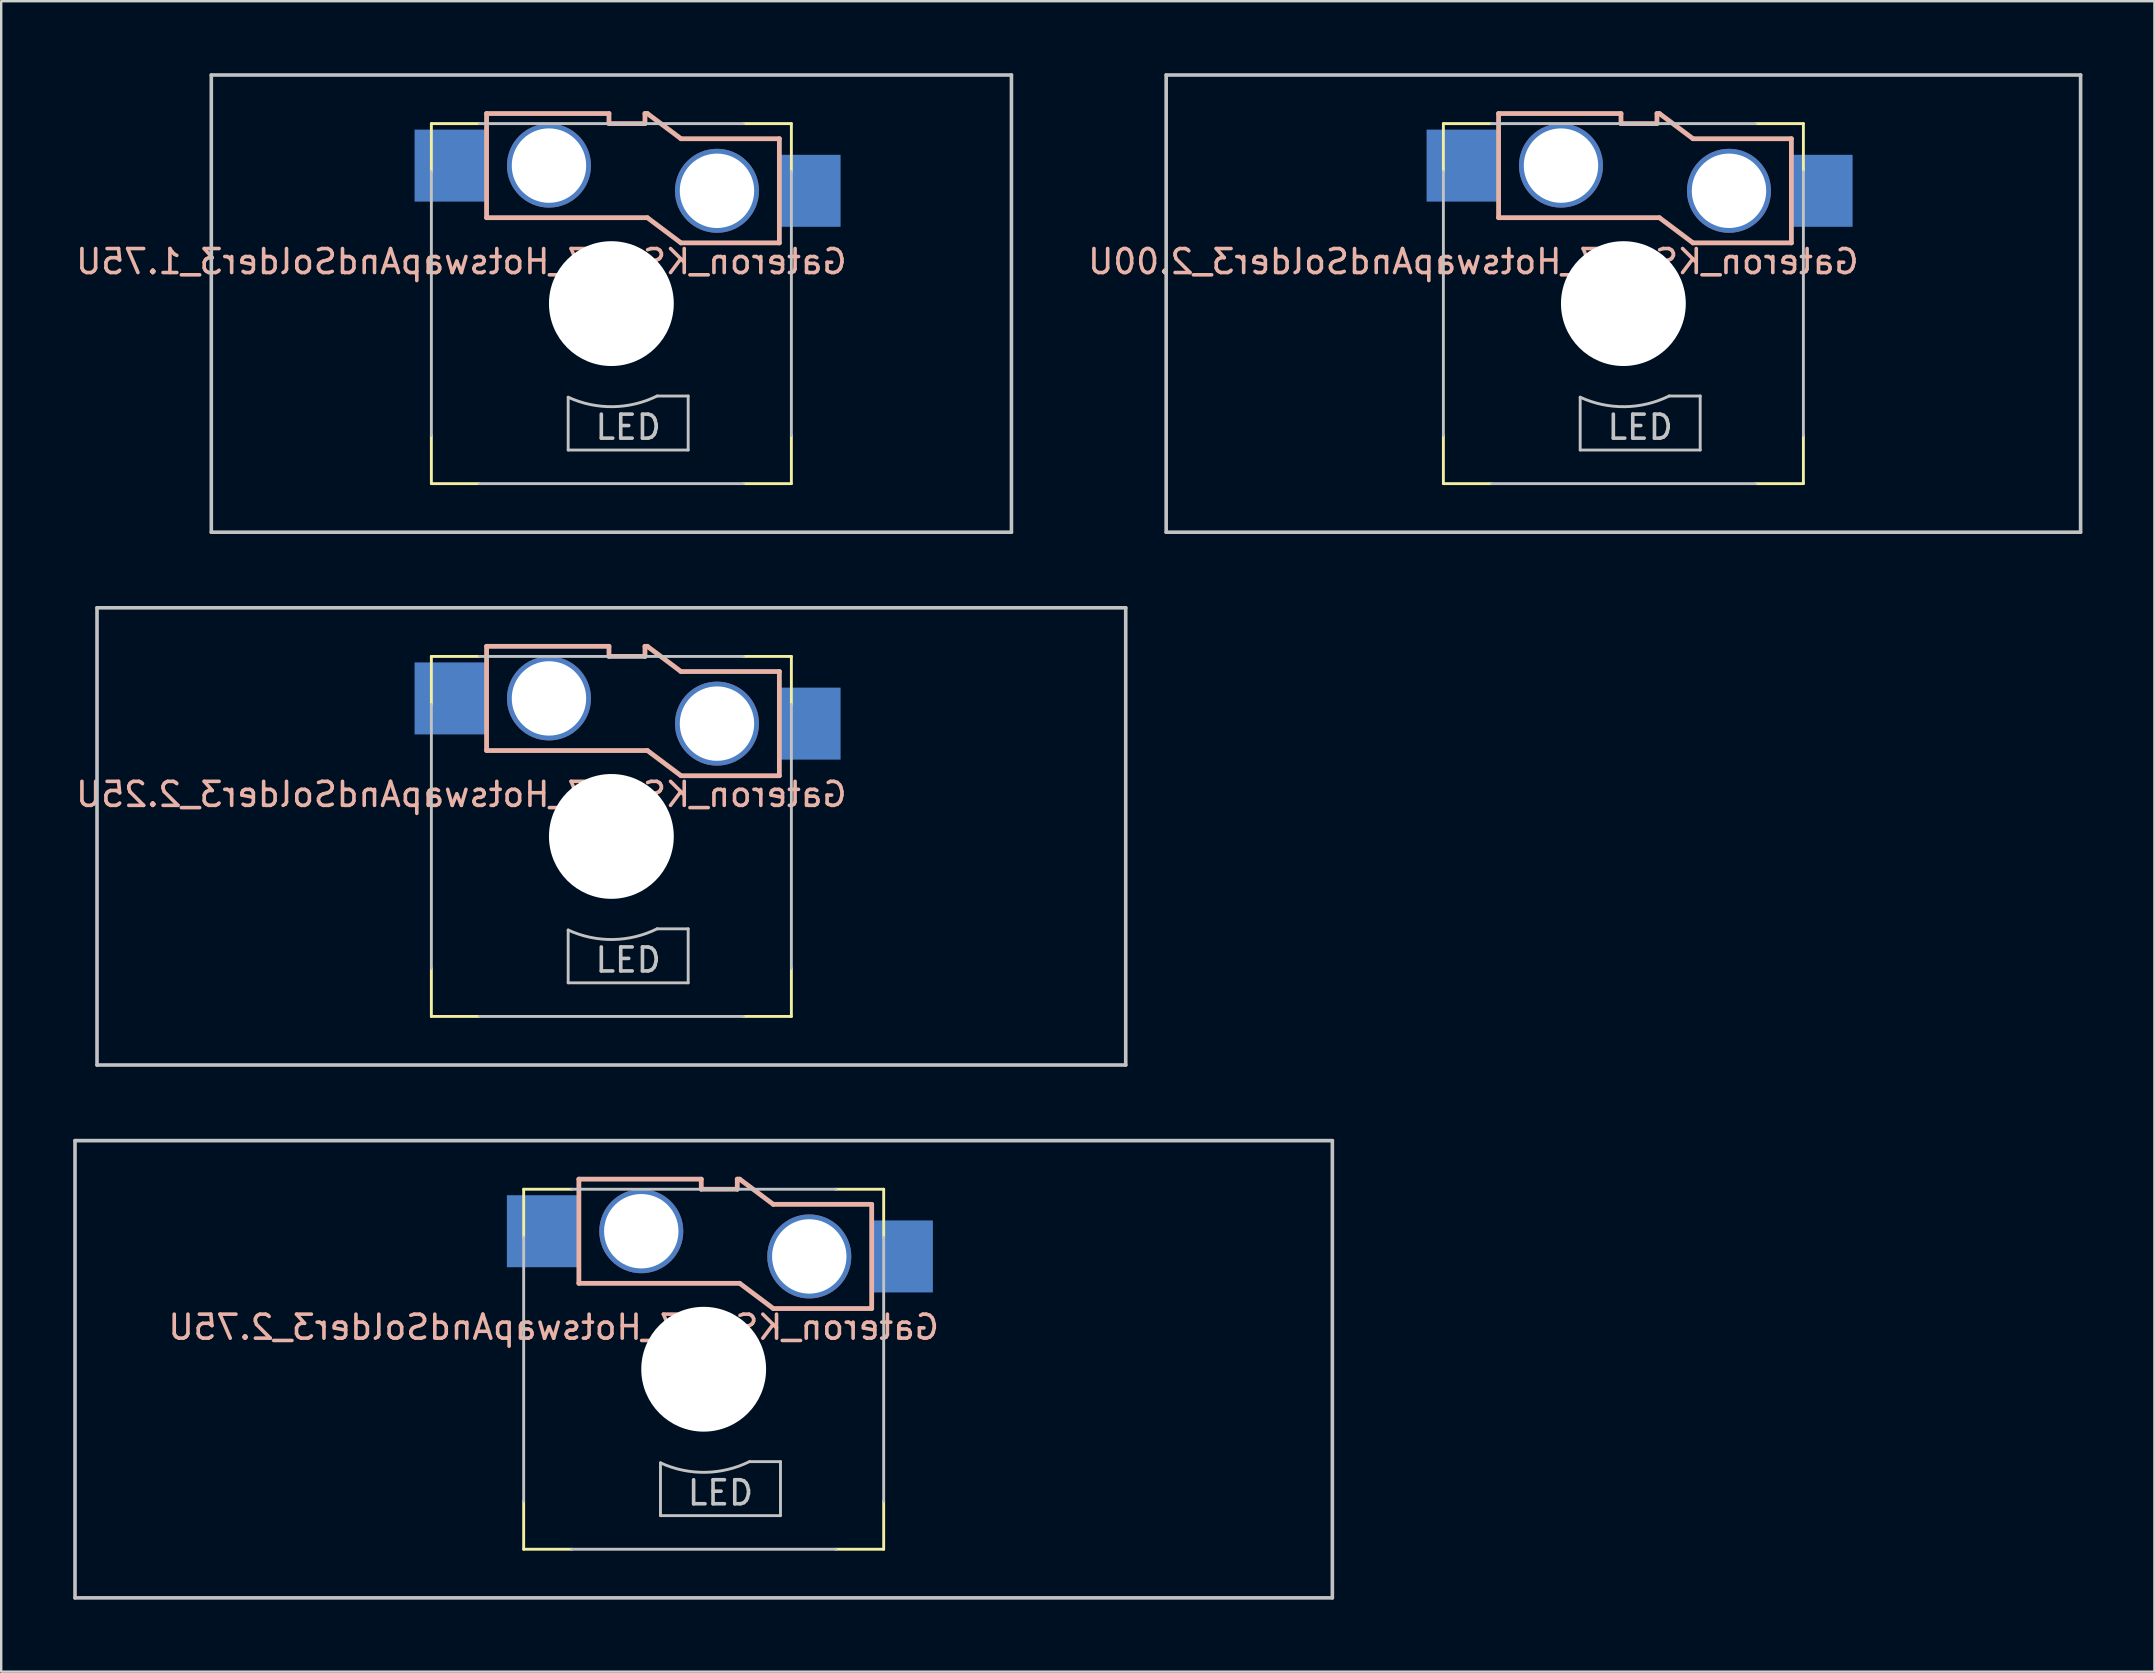
<source format=kicad_pcb>
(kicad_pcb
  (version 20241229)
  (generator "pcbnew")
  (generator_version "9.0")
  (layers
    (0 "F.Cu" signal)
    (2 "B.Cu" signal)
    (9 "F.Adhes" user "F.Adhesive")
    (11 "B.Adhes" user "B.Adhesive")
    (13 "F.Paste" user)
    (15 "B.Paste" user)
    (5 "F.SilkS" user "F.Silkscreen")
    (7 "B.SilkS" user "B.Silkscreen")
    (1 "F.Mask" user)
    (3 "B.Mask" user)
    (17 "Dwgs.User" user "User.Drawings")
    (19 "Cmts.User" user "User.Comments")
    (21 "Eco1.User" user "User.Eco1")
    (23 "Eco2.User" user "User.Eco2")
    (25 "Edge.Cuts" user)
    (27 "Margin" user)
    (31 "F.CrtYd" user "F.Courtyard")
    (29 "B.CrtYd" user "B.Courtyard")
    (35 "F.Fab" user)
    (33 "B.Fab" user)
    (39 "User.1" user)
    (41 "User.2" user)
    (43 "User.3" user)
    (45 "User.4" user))
  (footprint "Gateron_KS-27_HotswapAndSolder3_2.75U"
    (layer "F.Cu")
    (at 26.269 54)
    (property "Reference" "Gateron_KS-27_HotswapAndSolder3_2.75U" (at -6.25 -1.75 0) (layer "B.SilkS") (effects (font (size 1 1) (thickness 0.15)) (justify mirror)))
    (attr through_hole)
    (fp_line (start -7.5 -7.5) (end -7.5 -5.5) (stroke (width 0.12) (type solid)) (layer "F.SilkS"))
    (fp_line (start -7.5 -7.5) (end -5.5 -7.5) (stroke (width 0.12) (type solid)) (layer "F.SilkS"))
    (fp_line (start -7.5 7.5) (end -7.5 5.5) (stroke (width 0.12) (type solid)) (layer "F.SilkS"))
    (fp_line (start -7.5 7.5) (end -5.5 7.5) (stroke (width 0.12) (type solid)) (layer "F.SilkS"))
    (fp_line (start 7.5 -7.5) (end 5.5 -7.5) (stroke (width 0.12) (type solid)) (layer "F.SilkS"))
    (fp_line (start 7.5 -7.5) (end 7.5 -5.5) (stroke (width 0.12) (type solid)) (layer "F.SilkS"))
    (fp_line (start 7.5 7.5) (end 5.5 7.5) (stroke (width 0.12) (type solid)) (layer "F.SilkS"))
    (fp_line (start 7.5 7.5) (end 7.5 5.5) (stroke (width 0.12) (type solid)) (layer "F.SilkS"))
    (fp_line (start -5.2 -7.92) (end -0.1 -7.92) (stroke (width 0.2) (type solid)) (layer "B.SilkS"))
    (fp_line (start -5.2 -3.58) (end -5.2 -7.92) (stroke (width 0.2) (type solid)) (layer "B.SilkS"))
    (fp_line (start -5.2 -3.58) (end 1.5 -3.58) (stroke (width 0.2) (type solid)) (layer "B.SilkS"))
    (fp_line (start -0.1 -7.5) (end -0.1 -7.92) (stroke (width 0.2) (type solid)) (layer "B.SilkS"))
    (fp_line (start -0.1 -7.5) (end 1.4 -7.5) (stroke (width 0.2) (type solid)) (layer "B.SilkS"))
    (fp_line (start 1.4 -7.5) (end 1.4 -7.92) (stroke (width 0.2) (type solid)) (layer "B.SilkS"))
    (fp_line (start 1.5 -7.92) (end 1.4 -7.92) (stroke (width 0.2) (type solid)) (layer "B.SilkS"))
    (fp_line (start 1.5 -7.92) (end 2.9 -6.87) (stroke (width 0.2) (type solid)) (layer "B.SilkS"))
    (fp_line (start 1.5 -3.58) (end 2.9 -2.53) (stroke (width 0.2) (type solid)) (layer "B.SilkS"))
    (fp_line (start 2.9 -6.87) (end 7 -6.87) (stroke (width 0.2) (type solid)) (layer "B.SilkS"))
    (fp_line (start 2.9 -2.53) (end 7 -2.53) (stroke (width 0.2) (type solid)) (layer "B.SilkS"))
    (fp_line (start 7 -6.87) (end 7 -2.53) (stroke (width 0.2) (type solid)) (layer "B.SilkS"))
    (fp_line (start -26.194 -9.525) (end 26.194 -9.525) (stroke (width 0.15) (type solid)) (layer "Dwgs.User"))
    (fp_line (start -26.194 9.525) (end -26.194 -9.525) (stroke (width 0.15) (type solid)) (layer "Dwgs.User"))
    (fp_line (start -7.5 -5.5) (end -7.5 5.5) (stroke (width 0.12) (type solid)) (layer "Dwgs.User"))
    (fp_line (start -5.5 -7.5) (end 5.5 -7.5) (stroke (width 0.12) (type solid)) (layer "Dwgs.User"))
    (fp_line (start -1.8 3.9) (end -1.8 6.1) (stroke (width 0.12) (type solid)) (layer "Dwgs.User"))
    (fp_line (start -1.8 6.1) (end 3.2 6.1) (stroke (width 0.12) (type solid)) (layer "Dwgs.User"))
    (fp_line (start 1.91 3.85) (end 3.2 3.85) (stroke (width 0.12) (type solid)) (layer "Dwgs.User"))
    (fp_line (start 3.2 3.85) (end 3.2 6.1) (stroke (width 0.12) (type solid)) (layer "Dwgs.User"))
    (fp_line (start 5.5 7.5) (end -5.5 7.5) (stroke (width 0.12) (type solid)) (layer "Dwgs.User"))
    (fp_line (start 7.5 5.5) (end 7.5 -5.5) (stroke (width 0.12) (type solid)) (layer "Dwgs.User"))
    (fp_line (start 26.194 -9.525) (end 26.194 9.525) (stroke (width 0.15) (type solid)) (layer "Dwgs.User"))
    (fp_line (start 26.194 9.525) (end -26.194 9.525) (stroke (width 0.15) (type solid)) (layer "Dwgs.User"))
    (fp_arc (start 1.910873 3.846889) (mid 0.061469 4.294905) (end -1.799999 3.899999) (stroke (width 0.12) (type solid)) (layer "Dwgs.User"))
    (fp_text user "LED" (at 0.7 5.15 0) (layer "Dwgs.User") (effects (font (size 1 1) (thickness 0.15))))
    (pad "" np_thru_hole circle (at 0 0 90) (size 5.2 5.2) (drill 5.2) (layers "*.Cu" "*.Mask"))
    (pad "1" smd rect (at -6.7 -5.75) (size 3 3) (layers "B.Cu" "B.Mask" "B.Paste"))
    (pad "1" thru_hole circle (at -2.6 -5.75) (size 3.5 3.5) (drill 3.1) (layers "*.Cu" "*.Mask"))
    (pad "2" thru_hole circle (at 4.4 -4.7) (size 3.5 3.5) (drill 3.1) (layers "*.Cu" "*.Mask"))
    (pad "2" smd rect (at 8.275 -4.7) (size 2.55 3) (layers "B.Cu" "B.Mask" "B.Paste")))
  (footprint "Gateron_KS-27_HotswapAndSolder3_2.00U"
    (layer "F.Cu")
    (at 64.589 9.6)
    (property "Reference" "Gateron_KS-27_HotswapAndSolder3_2.00U" (at -6.25 -1.75 0) (layer "B.SilkS") (effects (font (size 1 1) (thickness 0.15)) (justify mirror)))
    (attr through_hole)
    (fp_line (start -7.5 -7.5) (end -7.5 -5.5) (stroke (width 0.12) (type solid)) (layer "F.SilkS"))
    (fp_line (start -7.5 -7.5) (end -5.5 -7.5) (stroke (width 0.12) (type solid)) (layer "F.SilkS"))
    (fp_line (start -7.5 7.5) (end -7.5 5.5) (stroke (width 0.12) (type solid)) (layer "F.SilkS"))
    (fp_line (start -7.5 7.5) (end -5.5 7.5) (stroke (width 0.12) (type solid)) (layer "F.SilkS"))
    (fp_line (start 7.5 -7.5) (end 5.5 -7.5) (stroke (width 0.12) (type solid)) (layer "F.SilkS"))
    (fp_line (start 7.5 -7.5) (end 7.5 -5.5) (stroke (width 0.12) (type solid)) (layer "F.SilkS"))
    (fp_line (start 7.5 7.5) (end 5.5 7.5) (stroke (width 0.12) (type solid)) (layer "F.SilkS"))
    (fp_line (start 7.5 7.5) (end 7.5 5.5) (stroke (width 0.12) (type solid)) (layer "F.SilkS"))
    (fp_line (start -5.2 -7.92) (end -0.1 -7.92) (stroke (width 0.2) (type solid)) (layer "B.SilkS"))
    (fp_line (start -5.2 -3.58) (end -5.2 -7.92) (stroke (width 0.2) (type solid)) (layer "B.SilkS"))
    (fp_line (start -5.2 -3.58) (end 1.5 -3.58) (stroke (width 0.2) (type solid)) (layer "B.SilkS"))
    (fp_line (start -0.1 -7.5) (end -0.1 -7.92) (stroke (width 0.2) (type solid)) (layer "B.SilkS"))
    (fp_line (start -0.1 -7.5) (end 1.4 -7.5) (stroke (width 0.2) (type solid)) (layer "B.SilkS"))
    (fp_line (start 1.4 -7.5) (end 1.4 -7.92) (stroke (width 0.2) (type solid)) (layer "B.SilkS"))
    (fp_line (start 1.5 -7.92) (end 1.4 -7.92) (stroke (width 0.2) (type solid)) (layer "B.SilkS"))
    (fp_line (start 1.5 -7.92) (end 2.9 -6.87) (stroke (width 0.2) (type solid)) (layer "B.SilkS"))
    (fp_line (start 1.5 -3.58) (end 2.9 -2.53) (stroke (width 0.2) (type solid)) (layer "B.SilkS"))
    (fp_line (start 2.9 -6.87) (end 7 -6.87) (stroke (width 0.2) (type solid)) (layer "B.SilkS"))
    (fp_line (start 2.9 -2.53) (end 7 -2.53) (stroke (width 0.2) (type solid)) (layer "B.SilkS"))
    (fp_line (start 7 -6.87) (end 7 -2.53) (stroke (width 0.2) (type solid)) (layer "B.SilkS"))
    (fp_line (start -19.05 -9.525) (end 19.05 -9.525) (stroke (width 0.15) (type solid)) (layer "Dwgs.User"))
    (fp_line (start -19.05 9.525) (end -19.05 -9.525) (stroke (width 0.15) (type solid)) (layer "Dwgs.User"))
    (fp_line (start -7.5 -5.5) (end -7.5 5.5) (stroke (width 0.12) (type solid)) (layer "Dwgs.User"))
    (fp_line (start -5.5 -7.5) (end 5.5 -7.5) (stroke (width 0.12) (type solid)) (layer "Dwgs.User"))
    (fp_line (start -1.8 3.9) (end -1.8 6.1) (stroke (width 0.12) (type solid)) (layer "Dwgs.User"))
    (fp_line (start -1.8 6.1) (end 3.2 6.1) (stroke (width 0.12) (type solid)) (layer "Dwgs.User"))
    (fp_line (start 1.91 3.85) (end 3.2 3.85) (stroke (width 0.12) (type solid)) (layer "Dwgs.User"))
    (fp_line (start 3.2 3.85) (end 3.2 6.1) (stroke (width 0.12) (type solid)) (layer "Dwgs.User"))
    (fp_line (start 5.5 7.5) (end -5.5 7.5) (stroke (width 0.12) (type solid)) (layer "Dwgs.User"))
    (fp_line (start 7.5 5.5) (end 7.5 -5.5) (stroke (width 0.12) (type solid)) (layer "Dwgs.User"))
    (fp_line (start 19.05 -9.525) (end 19.05 9.525) (stroke (width 0.15) (type solid)) (layer "Dwgs.User"))
    (fp_line (start 19.05 9.525) (end -19.05 9.525) (stroke (width 0.15) (type solid)) (layer "Dwgs.User"))
    (fp_arc (start 1.910873 3.846889) (mid 0.061469 4.294905) (end -1.799999 3.899999) (stroke (width 0.12) (type solid)) (layer "Dwgs.User"))
    (fp_text user "LED" (at 0.7 5.15 0) (layer "Dwgs.User") (effects (font (size 1 1) (thickness 0.15))))
    (pad "" np_thru_hole circle (at 0 0 90) (size 5.2 5.2) (drill 5.2) (layers "*.Cu" "*.Mask"))
    (pad "1" smd rect (at -6.7 -5.75) (size 3 3) (layers "B.Cu" "B.Mask" "B.Paste"))
    (pad "1" thru_hole circle (at -2.6 -5.75) (size 3.5 3.5) (drill 3.1) (layers "*.Cu" "*.Mask"))
    (pad "2" thru_hole circle (at 4.4 -4.7) (size 3.5 3.5) (drill 3.1) (layers "*.Cu" "*.Mask"))
    (pad "2" smd rect (at 8.275 -4.7) (size 2.55 3) (layers "B.Cu" "B.Mask" "B.Paste")))
  (footprint "Gateron_KS-27_HotswapAndSolder3_2.25U"
    (layer "F.Cu")
    (at 22.423 31.8)
    (property "Reference" "Gateron_KS-27_HotswapAndSolder3_2.25U" (at -6.25 -1.75 0) (layer "B.SilkS") (effects (font (size 1 1) (thickness 0.15)) (justify mirror)))
    (attr through_hole)
    (fp_line (start -7.5 -7.5) (end -7.5 -5.5) (stroke (width 0.12) (type solid)) (layer "F.SilkS"))
    (fp_line (start -7.5 -7.5) (end -5.5 -7.5) (stroke (width 0.12) (type solid)) (layer "F.SilkS"))
    (fp_line (start -7.5 7.5) (end -7.5 5.5) (stroke (width 0.12) (type solid)) (layer "F.SilkS"))
    (fp_line (start -7.5 7.5) (end -5.5 7.5) (stroke (width 0.12) (type solid)) (layer "F.SilkS"))
    (fp_line (start 7.5 -7.5) (end 5.5 -7.5) (stroke (width 0.12) (type solid)) (layer "F.SilkS"))
    (fp_line (start 7.5 -7.5) (end 7.5 -5.5) (stroke (width 0.12) (type solid)) (layer "F.SilkS"))
    (fp_line (start 7.5 7.5) (end 5.5 7.5) (stroke (width 0.12) (type solid)) (layer "F.SilkS"))
    (fp_line (start 7.5 7.5) (end 7.5 5.5) (stroke (width 0.12) (type solid)) (layer "F.SilkS"))
    (fp_line (start -5.2 -7.92) (end -0.1 -7.92) (stroke (width 0.2) (type solid)) (layer "B.SilkS"))
    (fp_line (start -5.2 -3.58) (end -5.2 -7.92) (stroke (width 0.2) (type solid)) (layer "B.SilkS"))
    (fp_line (start -5.2 -3.58) (end 1.5 -3.58) (stroke (width 0.2) (type solid)) (layer "B.SilkS"))
    (fp_line (start -0.1 -7.5) (end -0.1 -7.92) (stroke (width 0.2) (type solid)) (layer "B.SilkS"))
    (fp_line (start -0.1 -7.5) (end 1.4 -7.5) (stroke (width 0.2) (type solid)) (layer "B.SilkS"))
    (fp_line (start 1.4 -7.5) (end 1.4 -7.92) (stroke (width 0.2) (type solid)) (layer "B.SilkS"))
    (fp_line (start 1.5 -7.92) (end 1.4 -7.92) (stroke (width 0.2) (type solid)) (layer "B.SilkS"))
    (fp_line (start 1.5 -7.92) (end 2.9 -6.87) (stroke (width 0.2) (type solid)) (layer "B.SilkS"))
    (fp_line (start 1.5 -3.58) (end 2.9 -2.53) (stroke (width 0.2) (type solid)) (layer "B.SilkS"))
    (fp_line (start 2.9 -6.87) (end 7 -6.87) (stroke (width 0.2) (type solid)) (layer "B.SilkS"))
    (fp_line (start 2.9 -2.53) (end 7 -2.53) (stroke (width 0.2) (type solid)) (layer "B.SilkS"))
    (fp_line (start 7 -6.87) (end 7 -2.53) (stroke (width 0.2) (type solid)) (layer "B.SilkS"))
    (fp_line (start -21.431 -9.525) (end 21.431 -9.525) (stroke (width 0.15) (type solid)) (layer "Dwgs.User"))
    (fp_line (start -21.431 9.525) (end -21.431 -9.525) (stroke (width 0.15) (type solid)) (layer "Dwgs.User"))
    (fp_line (start -7.5 -5.5) (end -7.5 5.5) (stroke (width 0.12) (type solid)) (layer "Dwgs.User"))
    (fp_line (start -5.5 -7.5) (end 5.5 -7.5) (stroke (width 0.12) (type solid)) (layer "Dwgs.User"))
    (fp_line (start -1.8 3.9) (end -1.8 6.1) (stroke (width 0.12) (type solid)) (layer "Dwgs.User"))
    (fp_line (start -1.8 6.1) (end 3.2 6.1) (stroke (width 0.12) (type solid)) (layer "Dwgs.User"))
    (fp_line (start 1.91 3.85) (end 3.2 3.85) (stroke (width 0.12) (type solid)) (layer "Dwgs.User"))
    (fp_line (start 3.2 3.85) (end 3.2 6.1) (stroke (width 0.12) (type solid)) (layer "Dwgs.User"))
    (fp_line (start 5.5 7.5) (end -5.5 7.5) (stroke (width 0.12) (type solid)) (layer "Dwgs.User"))
    (fp_line (start 7.5 5.5) (end 7.5 -5.5) (stroke (width 0.12) (type solid)) (layer "Dwgs.User"))
    (fp_line (start 21.431 -9.525) (end 21.431 9.525) (stroke (width 0.15) (type solid)) (layer "Dwgs.User"))
    (fp_line (start 21.431 9.525) (end -21.431 9.525) (stroke (width 0.15) (type solid)) (layer "Dwgs.User"))
    (fp_arc (start 1.910873 3.846889) (mid 0.061469 4.294905) (end -1.799999 3.899999) (stroke (width 0.12) (type solid)) (layer "Dwgs.User"))
    (fp_text user "LED" (at 0.7 5.15 0) (layer "Dwgs.User") (effects (font (size 1 1) (thickness 0.15))))
    (pad "" np_thru_hole circle (at 0 0 90) (size 5.2 5.2) (drill 5.2) (layers "*.Cu" "*.Mask"))
    (pad "1" smd rect (at -6.7 -5.75) (size 3 3) (layers "B.Cu" "B.Mask" "B.Paste"))
    (pad "1" thru_hole circle (at -2.6 -5.75) (size 3.5 3.5) (drill 3.1) (layers "*.Cu" "*.Mask"))
    (pad "2" thru_hole circle (at 4.4 -4.7) (size 3.5 3.5) (drill 3.1) (layers "*.Cu" "*.Mask"))
    (pad "2" smd rect (at 8.275 -4.7) (size 2.55 3) (layers "B.Cu" "B.Mask" "B.Paste")))
  (footprint "Gateron_KS-27_HotswapAndSolder3_1.75U"
    (layer "F.Cu")
    (at 22.423 9.6)
    (property "Reference" "Gateron_KS-27_HotswapAndSolder3_1.75U" (at -6.25 -1.75 0) (layer "B.SilkS") (effects (font (size 1 1) (thickness 0.15)) (justify mirror)))
    (attr through_hole)
    (fp_line (start -7.5 -7.5) (end -7.5 -5.5) (stroke (width 0.12) (type solid)) (layer "F.SilkS"))
    (fp_line (start -7.5 -7.5) (end -5.5 -7.5) (stroke (width 0.12) (type solid)) (layer "F.SilkS"))
    (fp_line (start -7.5 7.5) (end -7.5 5.5) (stroke (width 0.12) (type solid)) (layer "F.SilkS"))
    (fp_line (start -7.5 7.5) (end -5.5 7.5) (stroke (width 0.12) (type solid)) (layer "F.SilkS"))
    (fp_line (start 7.5 -7.5) (end 5.5 -7.5) (stroke (width 0.12) (type solid)) (layer "F.SilkS"))
    (fp_line (start 7.5 -7.5) (end 7.5 -5.5) (stroke (width 0.12) (type solid)) (layer "F.SilkS"))
    (fp_line (start 7.5 7.5) (end 5.5 7.5) (stroke (width 0.12) (type solid)) (layer "F.SilkS"))
    (fp_line (start 7.5 7.5) (end 7.5 5.5) (stroke (width 0.12) (type solid)) (layer "F.SilkS"))
    (fp_line (start -5.2 -7.92) (end -0.1 -7.92) (stroke (width 0.2) (type solid)) (layer "B.SilkS"))
    (fp_line (start -5.2 -3.58) (end -5.2 -7.92) (stroke (width 0.2) (type solid)) (layer "B.SilkS"))
    (fp_line (start -5.2 -3.58) (end 1.5 -3.58) (stroke (width 0.2) (type solid)) (layer "B.SilkS"))
    (fp_line (start -0.1 -7.5) (end -0.1 -7.92) (stroke (width 0.2) (type solid)) (layer "B.SilkS"))
    (fp_line (start -0.1 -7.5) (end 1.4 -7.5) (stroke (width 0.2) (type solid)) (layer "B.SilkS"))
    (fp_line (start 1.4 -7.5) (end 1.4 -7.92) (stroke (width 0.2) (type solid)) (layer "B.SilkS"))
    (fp_line (start 1.5 -7.92) (end 1.4 -7.92) (stroke (width 0.2) (type solid)) (layer "B.SilkS"))
    (fp_line (start 1.5 -7.92) (end 2.9 -6.87) (stroke (width 0.2) (type solid)) (layer "B.SilkS"))
    (fp_line (start 1.5 -3.58) (end 2.9 -2.53) (stroke (width 0.2) (type solid)) (layer "B.SilkS"))
    (fp_line (start 2.9 -6.87) (end 7 -6.87) (stroke (width 0.2) (type solid)) (layer "B.SilkS"))
    (fp_line (start 2.9 -2.53) (end 7 -2.53) (stroke (width 0.2) (type solid)) (layer "B.SilkS"))
    (fp_line (start 7 -6.87) (end 7 -2.53) (stroke (width 0.2) (type solid)) (layer "B.SilkS"))
    (fp_line (start -16.669 -9.525) (end 16.669 -9.525) (stroke (width 0.15) (type solid)) (layer "Dwgs.User"))
    (fp_line (start -16.669 9.525) (end -16.669 -9.525) (stroke (width 0.15) (type solid)) (layer "Dwgs.User"))
    (fp_line (start -16.669 9.525) (end 16.669 9.525) (stroke (width 0.15) (type solid)) (layer "Dwgs.User"))
    (fp_line (start -7.5 -5.5) (end -7.5 5.5) (stroke (width 0.12) (type solid)) (layer "Dwgs.User"))
    (fp_line (start -5.5 -7.5) (end 5.5 -7.5) (stroke (width 0.12) (type solid)) (layer "Dwgs.User"))
    (fp_line (start -1.8 3.9) (end -1.8 6.1) (stroke (width 0.12) (type solid)) (layer "Dwgs.User"))
    (fp_line (start -1.8 6.1) (end 3.2 6.1) (stroke (width 0.12) (type solid)) (layer "Dwgs.User"))
    (fp_line (start 1.91 3.85) (end 3.2 3.85) (stroke (width 0.12) (type solid)) (layer "Dwgs.User"))
    (fp_line (start 3.2 3.85) (end 3.2 6.1) (stroke (width 0.12) (type solid)) (layer "Dwgs.User"))
    (fp_line (start 5.5 7.5) (end -5.5 7.5) (stroke (width 0.12) (type solid)) (layer "Dwgs.User"))
    (fp_line (start 7.5 5.5) (end 7.5 -5.5) (stroke (width 0.12) (type solid)) (layer "Dwgs.User"))
    (fp_line (start 16.669 -9.525) (end 16.669 9.525) (stroke (width 0.15) (type solid)) (layer "Dwgs.User"))
    (fp_arc (start 1.910873 3.846889) (mid 0.061469 4.294905) (end -1.799999 3.899999) (stroke (width 0.12) (type solid)) (layer "Dwgs.User"))
    (fp_text user "LED" (at 0.7 5.15 0) (layer "Dwgs.User") (effects (font (size 1 1) (thickness 0.15))))
    (pad "" np_thru_hole circle (at 0 0 90) (size 5.2 5.2) (drill 5.2) (layers "*.Cu" "*.Mask"))
    (pad "1" smd rect (at -6.7 -5.75) (size 3 3) (layers "B.Cu" "B.Mask" "B.Paste"))
    (pad "1" thru_hole circle (at -2.6 -5.75) (size 3.5 3.5) (drill 3.1) (layers "*.Cu" "*.Mask"))
    (pad "2" thru_hole circle (at 4.4 -4.7) (size 3.5 3.5) (drill 3.1) (layers "*.Cu" "*.Mask"))
    (pad "2" smd rect (at 8.275 -4.7) (size 2.55 3) (layers "B.Cu" "B.Mask" "B.Paste")))
  (gr_rect
    (start -3 -3)
    (end 86.714 66.6)
    (stroke (width 0.1) (type default))
    (fill no)
    (layer "Edge.Cuts")))
</source>
